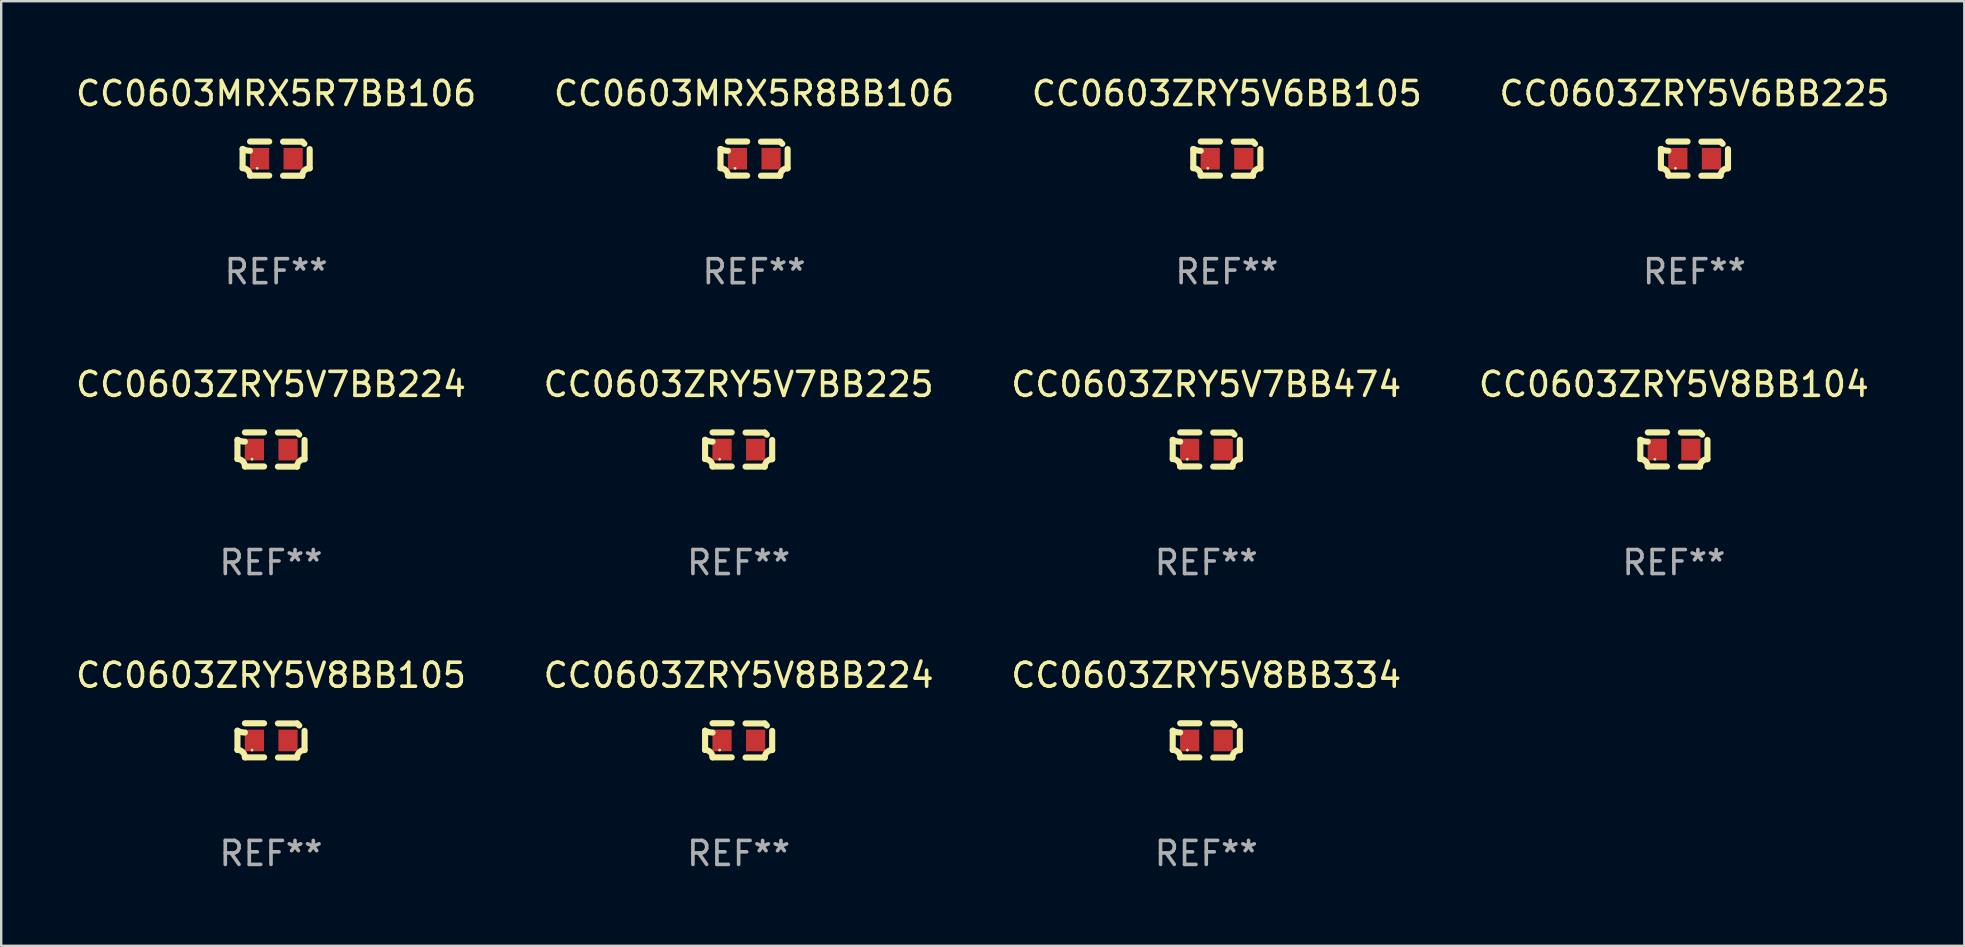
<source format=kicad_pcb>
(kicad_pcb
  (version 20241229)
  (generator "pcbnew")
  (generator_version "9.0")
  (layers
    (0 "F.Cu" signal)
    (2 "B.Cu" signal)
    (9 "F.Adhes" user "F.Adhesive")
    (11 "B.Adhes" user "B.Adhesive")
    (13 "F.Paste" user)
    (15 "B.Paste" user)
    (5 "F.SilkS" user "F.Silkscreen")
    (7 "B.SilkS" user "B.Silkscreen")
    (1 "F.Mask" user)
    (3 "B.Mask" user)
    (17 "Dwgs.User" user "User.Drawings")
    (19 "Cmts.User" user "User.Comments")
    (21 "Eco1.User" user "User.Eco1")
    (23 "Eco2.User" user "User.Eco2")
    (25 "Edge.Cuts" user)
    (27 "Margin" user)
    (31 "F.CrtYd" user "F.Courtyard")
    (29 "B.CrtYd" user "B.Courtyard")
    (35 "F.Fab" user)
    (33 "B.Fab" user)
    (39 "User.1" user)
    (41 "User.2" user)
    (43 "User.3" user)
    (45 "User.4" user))
  (footprint "CC0603ZRY5V6BB225"
    (layer "F.Cu")
    (at 67.565 3.561)
    (property "Reference" "CC0603ZRY5V6BB225" (at 0 -2.713 0) (layer "F.SilkS") (effects (font (size 1 1) (thickness 0.15))))
    (attr through_hole)
    (fp_line (start -1.398 -0.403) (end -1.398 0.397) (stroke (width 0.254) (type solid)) (layer "F.SilkS"))
    (fp_line (start -0.288 -0.713) (end -1.088 -0.713) (stroke (width 0.254) (type solid)) (layer "F.SilkS"))
    (fp_line (start -0.288 0.707) (end -1.088 0.707) (stroke (width 0.254) (type solid)) (layer "F.SilkS"))
    (fp_line (start 0.288 -0.707) (end 1.088 -0.707) (stroke (width 0.254) (type solid)) (layer "F.SilkS"))
    (fp_line (start 0.288 0.713) (end 1.088 0.713) (stroke (width 0.254) (type solid)) (layer "F.SilkS"))
    (fp_line (start 1.398 -0.397) (end 1.398 0.403) (stroke (width 0.254) (type solid)) (layer "F.SilkS"))
    (fp_arc (start -1.397789 0.397066) (mid -1.178701 0.487826) (end -1.08796 0.706922) (stroke (width 0.254001) (type solid)) (layer "F.SilkS"))
    (fp_arc (start -1.08796 -0.327176) (mid -1.247436 -0.346384) (end -1.39779 -0.402908) (stroke (width 0.254001) (type solid)) (layer "F.SilkS"))
    (fp_arc (start 1.087909 0.712738) (mid 1.178656 0.493655) (end 1.397739 0.402908) (stroke (width 0.254001) (type solid)) (layer "F.SilkS"))
    (fp_arc (start 1.175925 -0.618926) (mid 1.131917 -0.662923) (end 1.08791 -0.706922) (stroke (width 0.254001) (type solid)) (layer "F.SilkS"))
    (fp_circle (center -0.792 0.403) (end -0.762 0.403) (stroke (width 0.06) (type solid)) (fill no) (layer "F.SilkS"))
    (fp_text user "REF**" (at 0 4.713 0) (layer "F.Fab") (effects (font (size 1 1) (thickness 0.15))))
    (pad "1" smd rect (at -0.692 0.003) (size 0.8 0.9) (layers "F.Cu" "F.Mask" "F.Paste"))
    (pad "2" smd rect (at 0.708 0.003) (size 0.8 0.9) (layers "F.Cu" "F.Mask" "F.Paste")))
  (footprint "CC0603ZRY5V7BB224"
    (layer "F.Cu")
    (at 8.244 15.683)
    (property "Reference" "CC0603ZRY5V7BB224" (at 0 -2.713 0) (layer "F.SilkS") (effects (font (size 1 1) (thickness 0.15))))
    (attr through_hole)
    (fp_line (start -1.398 -0.403) (end -1.398 0.397) (stroke (width 0.254) (type solid)) (layer "F.SilkS"))
    (fp_line (start -0.288 -0.713) (end -1.088 -0.713) (stroke (width 0.254) (type solid)) (layer "F.SilkS"))
    (fp_line (start -0.288 0.707) (end -1.088 0.707) (stroke (width 0.254) (type solid)) (layer "F.SilkS"))
    (fp_line (start 0.288 -0.707) (end 1.088 -0.707) (stroke (width 0.254) (type solid)) (layer "F.SilkS"))
    (fp_line (start 0.288 0.713) (end 1.088 0.713) (stroke (width 0.254) (type solid)) (layer "F.SilkS"))
    (fp_line (start 1.398 -0.397) (end 1.398 0.403) (stroke (width 0.254) (type solid)) (layer "F.SilkS"))
    (fp_arc (start -1.397789 0.397066) (mid -1.178701 0.487826) (end -1.08796 0.706922) (stroke (width 0.254001) (type solid)) (layer "F.SilkS"))
    (fp_arc (start -1.08796 -0.327176) (mid -1.247436 -0.346384) (end -1.39779 -0.402908) (stroke (width 0.254001) (type solid)) (layer "F.SilkS"))
    (fp_arc (start 1.087909 0.712738) (mid 1.178656 0.493655) (end 1.397739 0.402908) (stroke (width 0.254001) (type solid)) (layer "F.SilkS"))
    (fp_arc (start 1.175925 -0.618926) (mid 1.131917 -0.662923) (end 1.08791 -0.706922) (stroke (width 0.254001) (type solid)) (layer "F.SilkS"))
    (fp_circle (center -0.792 0.403) (end -0.762 0.403) (stroke (width 0.06) (type solid)) (fill no) (layer "F.SilkS"))
    (fp_text user "REF**" (at 0 4.713 0) (layer "F.Fab") (effects (font (size 1 1) (thickness 0.15))))
    (pad "1" smd rect (at -0.692 0.003) (size 0.8 0.9) (layers "F.Cu" "F.Mask" "F.Paste"))
    (pad "2" smd rect (at 0.708 0.003) (size 0.8 0.9) (layers "F.Cu" "F.Mask" "F.Paste")))
  (footprint "CC0603ZRY5V7BB474"
    (layer "F.Cu")
    (at 47.22 15.683)
    (property "Reference" "CC0603ZRY5V7BB474" (at 0 -2.713 0) (layer "F.SilkS") (effects (font (size 1 1) (thickness 0.15))))
    (attr through_hole)
    (fp_line (start -1.398 -0.403) (end -1.398 0.397) (stroke (width 0.254) (type solid)) (layer "F.SilkS"))
    (fp_line (start -0.288 -0.713) (end -1.088 -0.713) (stroke (width 0.254) (type solid)) (layer "F.SilkS"))
    (fp_line (start -0.288 0.707) (end -1.088 0.707) (stroke (width 0.254) (type solid)) (layer "F.SilkS"))
    (fp_line (start 0.288 -0.707) (end 1.088 -0.707) (stroke (width 0.254) (type solid)) (layer "F.SilkS"))
    (fp_line (start 0.288 0.713) (end 1.088 0.713) (stroke (width 0.254) (type solid)) (layer "F.SilkS"))
    (fp_line (start 1.398 -0.397) (end 1.398 0.403) (stroke (width 0.254) (type solid)) (layer "F.SilkS"))
    (fp_arc (start -1.397789 0.397066) (mid -1.178701 0.487826) (end -1.08796 0.706922) (stroke (width 0.254001) (type solid)) (layer "F.SilkS"))
    (fp_arc (start -1.08796 -0.327176) (mid -1.247436 -0.346384) (end -1.39779 -0.402908) (stroke (width 0.254001) (type solid)) (layer "F.SilkS"))
    (fp_arc (start 1.087909 0.712738) (mid 1.178656 0.493655) (end 1.397739 0.402908) (stroke (width 0.254001) (type solid)) (layer "F.SilkS"))
    (fp_arc (start 1.175925 -0.618926) (mid 1.131917 -0.662923) (end 1.08791 -0.706922) (stroke (width 0.254001) (type solid)) (layer "F.SilkS"))
    (fp_circle (center -0.792 0.403) (end -0.762 0.403) (stroke (width 0.06) (type solid)) (fill no) (layer "F.SilkS"))
    (fp_text user "REF**" (at 0 4.713 0) (layer "F.Fab") (effects (font (size 1 1) (thickness 0.15))))
    (pad "1" smd rect (at -0.692 0.003) (size 0.8 0.9) (layers "F.Cu" "F.Mask" "F.Paste"))
    (pad "2" smd rect (at 0.708 0.003) (size 0.8 0.9) (layers "F.Cu" "F.Mask" "F.Paste")))
  (footprint "CC0603ZRY5V8BB224"
    (layer "F.Cu")
    (at 27.732 27.805)
    (property "Reference" "CC0603ZRY5V8BB224" (at 0 -2.713 0) (layer "F.SilkS") (effects (font (size 1 1) (thickness 0.15))))
    (attr through_hole)
    (fp_line (start -1.398 -0.403) (end -1.398 0.397) (stroke (width 0.254) (type solid)) (layer "F.SilkS"))
    (fp_line (start -0.288 -0.713) (end -1.088 -0.713) (stroke (width 0.254) (type solid)) (layer "F.SilkS"))
    (fp_line (start -0.288 0.707) (end -1.088 0.707) (stroke (width 0.254) (type solid)) (layer "F.SilkS"))
    (fp_line (start 0.288 -0.707) (end 1.088 -0.707) (stroke (width 0.254) (type solid)) (layer "F.SilkS"))
    (fp_line (start 0.288 0.713) (end 1.088 0.713) (stroke (width 0.254) (type solid)) (layer "F.SilkS"))
    (fp_line (start 1.398 -0.397) (end 1.398 0.403) (stroke (width 0.254) (type solid)) (layer "F.SilkS"))
    (fp_arc (start -1.397789 0.397066) (mid -1.178701 0.487826) (end -1.08796 0.706922) (stroke (width 0.254001) (type solid)) (layer "F.SilkS"))
    (fp_arc (start -1.08796 -0.327176) (mid -1.247436 -0.346384) (end -1.39779 -0.402908) (stroke (width 0.254001) (type solid)) (layer "F.SilkS"))
    (fp_arc (start 1.087909 0.712738) (mid 1.178656 0.493655) (end 1.397739 0.402908) (stroke (width 0.254001) (type solid)) (layer "F.SilkS"))
    (fp_arc (start 1.175925 -0.618926) (mid 1.131917 -0.662923) (end 1.08791 -0.706922) (stroke (width 0.254001) (type solid)) (layer "F.SilkS"))
    (fp_circle (center -0.792 0.403) (end -0.762 0.403) (stroke (width 0.06) (type solid)) (fill no) (layer "F.SilkS"))
    (fp_text user "REF**" (at 0 4.713 0) (layer "F.Fab") (effects (font (size 1 1) (thickness 0.15))))
    (pad "1" smd rect (at -0.692 0.003) (size 0.8 0.9) (layers "F.Cu" "F.Mask" "F.Paste"))
    (pad "2" smd rect (at 0.708 0.003) (size 0.8 0.9) (layers "F.Cu" "F.Mask" "F.Paste")))
  (footprint "CC0603MRX5R7BB106"
    (layer "F.Cu")
    (at 8.458 3.561)
    (property "Reference" "CC0603MRX5R7BB106" (at 0 -2.713 0) (layer "F.SilkS") (effects (font (size 1 1) (thickness 0.15))))
    (attr through_hole)
    (fp_line (start -1.398 -0.403) (end -1.398 0.397) (stroke (width 0.254) (type solid)) (layer "F.SilkS"))
    (fp_line (start -0.288 -0.713) (end -1.088 -0.713) (stroke (width 0.254) (type solid)) (layer "F.SilkS"))
    (fp_line (start -0.288 0.707) (end -1.088 0.707) (stroke (width 0.254) (type solid)) (layer "F.SilkS"))
    (fp_line (start 0.288 -0.707) (end 1.088 -0.707) (stroke (width 0.254) (type solid)) (layer "F.SilkS"))
    (fp_line (start 0.288 0.713) (end 1.088 0.713) (stroke (width 0.254) (type solid)) (layer "F.SilkS"))
    (fp_line (start 1.398 -0.397) (end 1.398 0.403) (stroke (width 0.254) (type solid)) (layer "F.SilkS"))
    (fp_arc (start -1.397789 0.397066) (mid -1.178701 0.487826) (end -1.08796 0.706922) (stroke (width 0.254001) (type solid)) (layer "F.SilkS"))
    (fp_arc (start -1.08796 -0.327176) (mid -1.247436 -0.346384) (end -1.39779 -0.402908) (stroke (width 0.254001) (type solid)) (layer "F.SilkS"))
    (fp_arc (start 1.087909 0.712738) (mid 1.178656 0.493655) (end 1.397739 0.402908) (stroke (width 0.254001) (type solid)) (layer "F.SilkS"))
    (fp_arc (start 1.175925 -0.618926) (mid 1.131917 -0.662923) (end 1.08791 -0.706922) (stroke (width 0.254001) (type solid)) (layer "F.SilkS"))
    (fp_circle (center -0.792 0.403) (end -0.762 0.403) (stroke (width 0.06) (type solid)) (fill no) (layer "F.SilkS"))
    (fp_text user "REF**" (at 0 4.713 0) (layer "F.Fab") (effects (font (size 1 1) (thickness 0.15))))
    (pad "1" smd rect (at -0.692 0.003) (size 0.8 0.9) (layers "F.Cu" "F.Mask" "F.Paste"))
    (pad "2" smd rect (at 0.708 0.003) (size 0.8 0.9) (layers "F.Cu" "F.Mask" "F.Paste")))
  (footprint "CC0603ZRY5V7BB225"
    (layer "F.Cu")
    (at 27.732 15.683)
    (property "Reference" "CC0603ZRY5V7BB225" (at 0 -2.713 0) (layer "F.SilkS") (effects (font (size 1 1) (thickness 0.15))))
    (attr through_hole)
    (fp_line (start -1.398 -0.403) (end -1.398 0.397) (stroke (width 0.254) (type solid)) (layer "F.SilkS"))
    (fp_line (start -0.288 -0.713) (end -1.088 -0.713) (stroke (width 0.254) (type solid)) (layer "F.SilkS"))
    (fp_line (start -0.288 0.707) (end -1.088 0.707) (stroke (width 0.254) (type solid)) (layer "F.SilkS"))
    (fp_line (start 0.288 -0.707) (end 1.088 -0.707) (stroke (width 0.254) (type solid)) (layer "F.SilkS"))
    (fp_line (start 0.288 0.713) (end 1.088 0.713) (stroke (width 0.254) (type solid)) (layer "F.SilkS"))
    (fp_line (start 1.398 -0.397) (end 1.398 0.403) (stroke (width 0.254) (type solid)) (layer "F.SilkS"))
    (fp_arc (start -1.397789 0.397066) (mid -1.178701 0.487826) (end -1.08796 0.706922) (stroke (width 0.254001) (type solid)) (layer "F.SilkS"))
    (fp_arc (start -1.08796 -0.327176) (mid -1.247436 -0.346384) (end -1.39779 -0.402908) (stroke (width 0.254001) (type solid)) (layer "F.SilkS"))
    (fp_arc (start 1.087909 0.712738) (mid 1.178656 0.493655) (end 1.397739 0.402908) (stroke (width 0.254001) (type solid)) (layer "F.SilkS"))
    (fp_arc (start 1.175925 -0.618926) (mid 1.131917 -0.662923) (end 1.08791 -0.706922) (stroke (width 0.254001) (type solid)) (layer "F.SilkS"))
    (fp_circle (center -0.792 0.403) (end -0.762 0.403) (stroke (width 0.06) (type solid)) (fill no) (layer "F.SilkS"))
    (fp_text user "REF**" (at 0 4.713 0) (layer "F.Fab") (effects (font (size 1 1) (thickness 0.15))))
    (pad "1" smd rect (at -0.692 0.003) (size 0.8 0.9) (layers "F.Cu" "F.Mask" "F.Paste"))
    (pad "2" smd rect (at 0.708 0.003) (size 0.8 0.9) (layers "F.Cu" "F.Mask" "F.Paste")))
  (footprint "CC0603MRX5R8BB106"
    (layer "F.Cu")
    (at 28.375 3.561)
    (property "Reference" "CC0603MRX5R8BB106" (at 0 -2.713 0) (layer "F.SilkS") (effects (font (size 1 1) (thickness 0.15))))
    (attr through_hole)
    (fp_line (start -1.398 -0.403) (end -1.398 0.397) (stroke (width 0.254) (type solid)) (layer "F.SilkS"))
    (fp_line (start -0.288 -0.713) (end -1.088 -0.713) (stroke (width 0.254) (type solid)) (layer "F.SilkS"))
    (fp_line (start -0.288 0.707) (end -1.088 0.707) (stroke (width 0.254) (type solid)) (layer "F.SilkS"))
    (fp_line (start 0.288 -0.707) (end 1.088 -0.707) (stroke (width 0.254) (type solid)) (layer "F.SilkS"))
    (fp_line (start 0.288 0.713) (end 1.088 0.713) (stroke (width 0.254) (type solid)) (layer "F.SilkS"))
    (fp_line (start 1.398 -0.397) (end 1.398 0.403) (stroke (width 0.254) (type solid)) (layer "F.SilkS"))
    (fp_arc (start -1.397789 0.397066) (mid -1.178701 0.487826) (end -1.08796 0.706922) (stroke (width 0.254001) (type solid)) (layer "F.SilkS"))
    (fp_arc (start -1.08796 -0.327176) (mid -1.247436 -0.346384) (end -1.39779 -0.402908) (stroke (width 0.254001) (type solid)) (layer "F.SilkS"))
    (fp_arc (start 1.087909 0.712738) (mid 1.178656 0.493655) (end 1.397739 0.402908) (stroke (width 0.254001) (type solid)) (layer "F.SilkS"))
    (fp_arc (start 1.175925 -0.618926) (mid 1.131917 -0.662923) (end 1.08791 -0.706922) (stroke (width 0.254001) (type solid)) (layer "F.SilkS"))
    (fp_circle (center -0.792 0.403) (end -0.762 0.403) (stroke (width 0.06) (type solid)) (fill no) (layer "F.SilkS"))
    (fp_text user "REF**" (at 0 4.713 0) (layer "F.Fab") (effects (font (size 1 1) (thickness 0.15))))
    (pad "1" smd rect (at -0.692 0.003) (size 0.8 0.9) (layers "F.Cu" "F.Mask" "F.Paste"))
    (pad "2" smd rect (at 0.708 0.003) (size 0.8 0.9) (layers "F.Cu" "F.Mask" "F.Paste")))
  (footprint "CC0603ZRY5V6BB105"
    (layer "F.Cu")
    (at 48.077 3.561)
    (property "Reference" "CC0603ZRY5V6BB105" (at 0 -2.713 0) (layer "F.SilkS") (effects (font (size 1 1) (thickness 0.15))))
    (attr through_hole)
    (fp_line (start -1.398 -0.403) (end -1.398 0.397) (stroke (width 0.254) (type solid)) (layer "F.SilkS"))
    (fp_line (start -0.288 -0.713) (end -1.088 -0.713) (stroke (width 0.254) (type solid)) (layer "F.SilkS"))
    (fp_line (start -0.288 0.707) (end -1.088 0.707) (stroke (width 0.254) (type solid)) (layer "F.SilkS"))
    (fp_line (start 0.288 -0.707) (end 1.088 -0.707) (stroke (width 0.254) (type solid)) (layer "F.SilkS"))
    (fp_line (start 0.288 0.713) (end 1.088 0.713) (stroke (width 0.254) (type solid)) (layer "F.SilkS"))
    (fp_line (start 1.398 -0.397) (end 1.398 0.403) (stroke (width 0.254) (type solid)) (layer "F.SilkS"))
    (fp_arc (start -1.397789 0.397066) (mid -1.178701 0.487826) (end -1.08796 0.706922) (stroke (width 0.254001) (type solid)) (layer "F.SilkS"))
    (fp_arc (start -1.08796 -0.327176) (mid -1.247436 -0.346384) (end -1.39779 -0.402908) (stroke (width 0.254001) (type solid)) (layer "F.SilkS"))
    (fp_arc (start 1.087909 0.712738) (mid 1.178656 0.493655) (end 1.397739 0.402908) (stroke (width 0.254001) (type solid)) (layer "F.SilkS"))
    (fp_arc (start 1.175925 -0.618926) (mid 1.131917 -0.662923) (end 1.08791 -0.706922) (stroke (width 0.254001) (type solid)) (layer "F.SilkS"))
    (fp_circle (center -0.792 0.403) (end -0.762 0.403) (stroke (width 0.06) (type solid)) (fill no) (layer "F.SilkS"))
    (fp_text user "REF**" (at 0 4.713 0) (layer "F.Fab") (effects (font (size 1 1) (thickness 0.15))))
    (pad "1" smd rect (at -0.692 0.003) (size 0.8 0.9) (layers "F.Cu" "F.Mask" "F.Paste"))
    (pad "2" smd rect (at 0.708 0.003) (size 0.8 0.9) (layers "F.Cu" "F.Mask" "F.Paste")))
  (footprint "CC0603ZRY5V8BB334"
    (layer "F.Cu")
    (at 47.22 27.805)
    (property "Reference" "CC0603ZRY5V8BB334" (at 0 -2.713 0) (layer "F.SilkS") (effects (font (size 1 1) (thickness 0.15))))
    (attr through_hole)
    (fp_line (start -1.398 -0.403) (end -1.398 0.397) (stroke (width 0.254) (type solid)) (layer "F.SilkS"))
    (fp_line (start -0.288 -0.713) (end -1.088 -0.713) (stroke (width 0.254) (type solid)) (layer "F.SilkS"))
    (fp_line (start -0.288 0.707) (end -1.088 0.707) (stroke (width 0.254) (type solid)) (layer "F.SilkS"))
    (fp_line (start 0.288 -0.707) (end 1.088 -0.707) (stroke (width 0.254) (type solid)) (layer "F.SilkS"))
    (fp_line (start 0.288 0.713) (end 1.088 0.713) (stroke (width 0.254) (type solid)) (layer "F.SilkS"))
    (fp_line (start 1.398 -0.397) (end 1.398 0.403) (stroke (width 0.254) (type solid)) (layer "F.SilkS"))
    (fp_arc (start -1.397789 0.397066) (mid -1.178701 0.487826) (end -1.08796 0.706922) (stroke (width 0.254001) (type solid)) (layer "F.SilkS"))
    (fp_arc (start -1.08796 -0.327176) (mid -1.247436 -0.346384) (end -1.39779 -0.402908) (stroke (width 0.254001) (type solid)) (layer "F.SilkS"))
    (fp_arc (start 1.087909 0.712738) (mid 1.178656 0.493655) (end 1.397739 0.402908) (stroke (width 0.254001) (type solid)) (layer "F.SilkS"))
    (fp_arc (start 1.175925 -0.618926) (mid 1.131917 -0.662923) (end 1.08791 -0.706922) (stroke (width 0.254001) (type solid)) (layer "F.SilkS"))
    (fp_circle (center -0.792 0.403) (end -0.762 0.403) (stroke (width 0.06) (type solid)) (fill no) (layer "F.SilkS"))
    (fp_text user "REF**" (at 0 4.713 0) (layer "F.Fab") (effects (font (size 1 1) (thickness 0.15))))
    (pad "1" smd rect (at -0.692 0.003) (size 0.8 0.9) (layers "F.Cu" "F.Mask" "F.Paste"))
    (pad "2" smd rect (at 0.708 0.003) (size 0.8 0.9) (layers "F.Cu" "F.Mask" "F.Paste")))
  (footprint "CC0603ZRY5V8BB104"
    (layer "F.Cu")
    (at 66.708 15.683)
    (property "Reference" "CC0603ZRY5V8BB104" (at 0 -2.713 0) (layer "F.SilkS") (effects (font (size 1 1) (thickness 0.15))))
    (attr through_hole)
    (fp_line (start -1.398 -0.403) (end -1.398 0.397) (stroke (width 0.254) (type solid)) (layer "F.SilkS"))
    (fp_line (start -0.288 -0.713) (end -1.088 -0.713) (stroke (width 0.254) (type solid)) (layer "F.SilkS"))
    (fp_line (start -0.288 0.707) (end -1.088 0.707) (stroke (width 0.254) (type solid)) (layer "F.SilkS"))
    (fp_line (start 0.288 -0.707) (end 1.088 -0.707) (stroke (width 0.254) (type solid)) (layer "F.SilkS"))
    (fp_line (start 0.288 0.713) (end 1.088 0.713) (stroke (width 0.254) (type solid)) (layer "F.SilkS"))
    (fp_line (start 1.398 -0.397) (end 1.398 0.403) (stroke (width 0.254) (type solid)) (layer "F.SilkS"))
    (fp_arc (start -1.397789 0.397066) (mid -1.178701 0.487826) (end -1.08796 0.706922) (stroke (width 0.254001) (type solid)) (layer "F.SilkS"))
    (fp_arc (start -1.08796 -0.327176) (mid -1.247436 -0.346384) (end -1.39779 -0.402908) (stroke (width 0.254001) (type solid)) (layer "F.SilkS"))
    (fp_arc (start 1.087909 0.712738) (mid 1.178656 0.493655) (end 1.397739 0.402908) (stroke (width 0.254001) (type solid)) (layer "F.SilkS"))
    (fp_arc (start 1.175925 -0.618926) (mid 1.131917 -0.662923) (end 1.08791 -0.706922) (stroke (width 0.254001) (type solid)) (layer "F.SilkS"))
    (fp_circle (center -0.792 0.403) (end -0.762 0.403) (stroke (width 0.06) (type solid)) (fill no) (layer "F.SilkS"))
    (fp_text user "REF**" (at 0 4.713 0) (layer "F.Fab") (effects (font (size 1 1) (thickness 0.15))))
    (pad "1" smd rect (at -0.692 0.003) (size 0.8 0.9) (layers "F.Cu" "F.Mask" "F.Paste"))
    (pad "2" smd rect (at 0.708 0.003) (size 0.8 0.9) (layers "F.Cu" "F.Mask" "F.Paste")))
  (footprint "CC0603ZRY5V8BB105"
    (layer "F.Cu")
    (at 8.244 27.805)
    (property "Reference" "CC0603ZRY5V8BB105" (at 0 -2.713 0) (layer "F.SilkS") (effects (font (size 1 1) (thickness 0.15))))
    (attr through_hole)
    (fp_line (start -1.398 -0.403) (end -1.398 0.397) (stroke (width 0.254) (type solid)) (layer "F.SilkS"))
    (fp_line (start -0.288 -0.713) (end -1.088 -0.713) (stroke (width 0.254) (type solid)) (layer "F.SilkS"))
    (fp_line (start -0.288 0.707) (end -1.088 0.707) (stroke (width 0.254) (type solid)) (layer "F.SilkS"))
    (fp_line (start 0.288 -0.707) (end 1.088 -0.707) (stroke (width 0.254) (type solid)) (layer "F.SilkS"))
    (fp_line (start 0.288 0.713) (end 1.088 0.713) (stroke (width 0.254) (type solid)) (layer "F.SilkS"))
    (fp_line (start 1.398 -0.397) (end 1.398 0.403) (stroke (width 0.254) (type solid)) (layer "F.SilkS"))
    (fp_arc (start -1.397789 0.397066) (mid -1.178701 0.487826) (end -1.08796 0.706922) (stroke (width 0.254001) (type solid)) (layer "F.SilkS"))
    (fp_arc (start -1.08796 -0.327176) (mid -1.247436 -0.346384) (end -1.39779 -0.402908) (stroke (width 0.254001) (type solid)) (layer "F.SilkS"))
    (fp_arc (start 1.087909 0.712738) (mid 1.178656 0.493655) (end 1.397739 0.402908) (stroke (width 0.254001) (type solid)) (layer "F.SilkS"))
    (fp_arc (start 1.175925 -0.618926) (mid 1.131917 -0.662923) (end 1.08791 -0.706922) (stroke (width 0.254001) (type solid)) (layer "F.SilkS"))
    (fp_circle (center -0.792 0.403) (end -0.762 0.403) (stroke (width 0.06) (type solid)) (fill no) (layer "F.SilkS"))
    (fp_text user "REF**" (at 0 4.713 0) (layer "F.Fab") (effects (font (size 1 1) (thickness 0.15))))
    (pad "1" smd rect (at -0.692 0.003) (size 0.8 0.9) (layers "F.Cu" "F.Mask" "F.Paste"))
    (pad "2" smd rect (at 0.708 0.003) (size 0.8 0.9) (layers "F.Cu" "F.Mask" "F.Paste")))
  (gr_rect
    (start -3 -3)
    (end 78.81 36.366)
    (stroke (width 0.1) (type default))
    (fill no)
    (layer "Edge.Cuts")))
</source>
